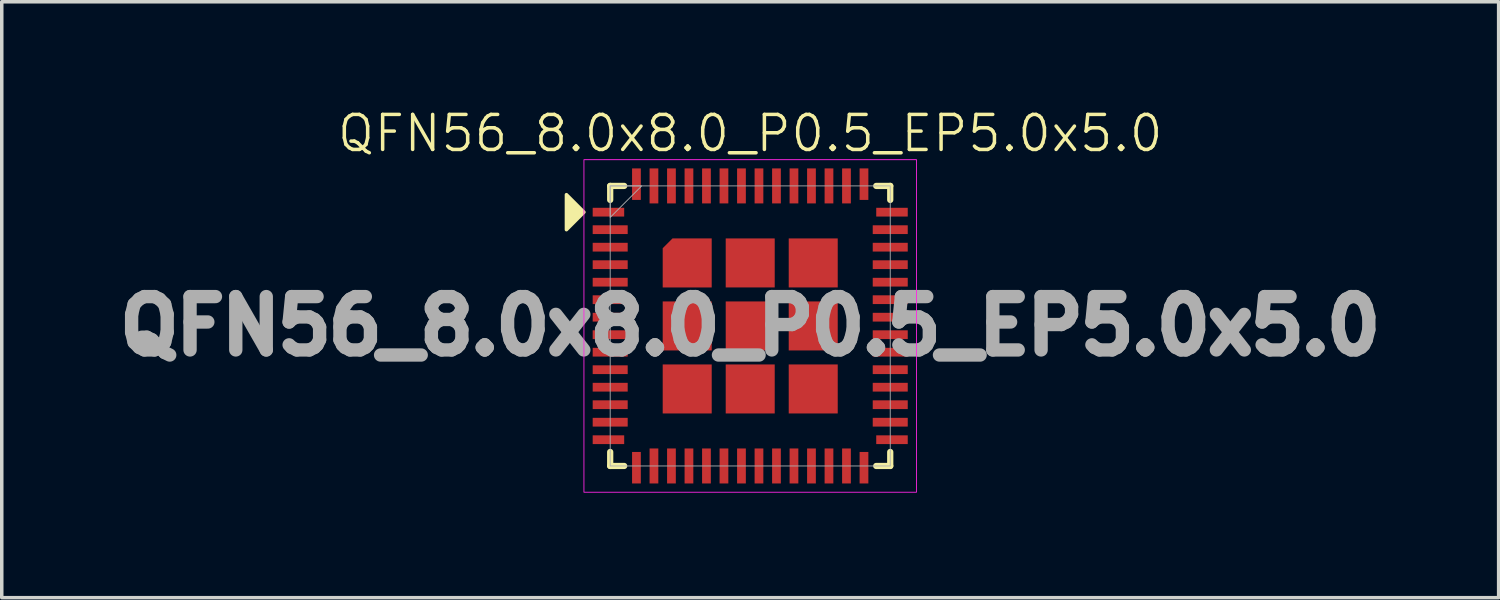
<source format=kicad_pcb>
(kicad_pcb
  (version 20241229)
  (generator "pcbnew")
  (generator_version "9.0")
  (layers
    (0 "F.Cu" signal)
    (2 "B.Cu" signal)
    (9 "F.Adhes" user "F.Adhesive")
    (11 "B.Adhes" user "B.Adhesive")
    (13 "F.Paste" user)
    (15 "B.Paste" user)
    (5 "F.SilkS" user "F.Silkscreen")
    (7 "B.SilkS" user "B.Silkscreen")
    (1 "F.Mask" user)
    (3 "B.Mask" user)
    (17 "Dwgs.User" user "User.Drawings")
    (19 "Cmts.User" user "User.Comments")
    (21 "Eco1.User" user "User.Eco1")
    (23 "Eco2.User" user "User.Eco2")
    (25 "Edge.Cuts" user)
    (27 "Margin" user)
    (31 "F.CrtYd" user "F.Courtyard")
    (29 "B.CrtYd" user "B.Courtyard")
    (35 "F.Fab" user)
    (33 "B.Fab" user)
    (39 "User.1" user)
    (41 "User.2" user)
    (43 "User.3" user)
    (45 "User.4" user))
  (footprint "QFN56_8.0x8.0_P0.5_EP5.0x5.0"
    (layer "F.Cu")
    (at 18.381 6.261)
    (property "Reference" "QFN56_8.0x8.0_P0.5_EP5.0x5.0" (at 0 -5.5 0) (unlocked yes) (layer "F.SilkS") (effects (font (size 1 1) (thickness 0.1))))
    (attr smd)
    (fp_line (start -4 -4) (end -3.6 -4) (stroke (width 0.178) (type default)) (layer "F.SilkS"))
    (fp_line (start -4 -3.6) (end -4 -4) (stroke (width 0.178) (type default)) (layer "F.SilkS"))
    (fp_line (start -4 3.6) (end -4 4) (stroke (width 0.178) (type default)) (layer "F.SilkS"))
    (fp_line (start -4 4) (end -3.6 4) (stroke (width 0.178) (type default)) (layer "F.SilkS"))
    (fp_line (start 3.6 4) (end 4 4) (stroke (width 0.178) (type default)) (layer "F.SilkS"))
    (fp_line (start 4 -4) (end 3.6 -4) (stroke (width 0.178) (type default)) (layer "F.SilkS"))
    (fp_line (start 4 -3.6) (end 4 -4) (stroke (width 0.178) (type default)) (layer "F.SilkS"))
    (fp_line (start 4 4) (end 4 3.6) (stroke (width 0.178) (type default)) (layer "F.SilkS"))
    (fp_poly (pts (xy -4.75 -3.25) (xy -5.25 -3.75) (xy -5.25 -2.75)) (stroke (width 0.1) (type solid)) (fill yes) (layer "F.SilkS"))
    (fp_rect (start -4.75 -4.75) (end 4.75 4.75) (stroke (width 0.025) (type default)) (fill no) (layer "F.CrtYd"))
    (fp_rect (start -4 -4) (end 4 4) (stroke (width 0.025) (type solid)) (fill no) (layer "F.Fab"))
    (fp_poly (pts (xy -4 -4) (xy -4 -3.1) (xy -3.1 -4)) (stroke (width 0.025) (type solid)) (fill no) (layer "F.Fab"))
    (fp_text user "${REFERENCE}" (at 0 0 0) (unlocked yes) (layer "F.Fab") (effects (font (size 1.524 1.524) (thickness 0.381) (bold yes))))
    (pad "1" smd rect (at -4.05 -3.25) (size 0.9 0.25) (layers "F.Cu" "F.Mask" "F.Paste"))
    (pad "2" smd rect (at -4 -2.75) (size 1 0.25) (layers "F.Cu" "F.Mask" "F.Paste"))
    (pad "3" smd rect (at -4 -2.25) (size 1 0.25) (layers "F.Cu" "F.Mask" "F.Paste"))
    (pad "4" smd rect (at -4 -1.75) (size 1 0.25) (layers "F.Cu" "F.Mask" "F.Paste"))
    (pad "5" smd rect (at -4 -1.25) (size 1 0.25) (layers "F.Cu" "F.Mask" "F.Paste"))
    (pad "6" smd rect (at -4 -0.75) (size 1 0.25) (layers "F.Cu" "F.Mask" "F.Paste"))
    (pad "7" smd rect (at -4 -0.25) (size 1 0.25) (layers "F.Cu" "F.Mask" "F.Paste"))
    (pad "8" smd rect (at -4 0.25) (size 1 0.25) (layers "F.Cu" "F.Mask" "F.Paste"))
    (pad "9" smd rect (at -4 0.75) (size 1 0.25) (layers "F.Cu" "F.Mask" "F.Paste"))
    (pad "10" smd rect (at -4 1.25) (size 1 0.25) (layers "F.Cu" "F.Mask" "F.Paste"))
    (pad "11" smd rect (at -4 1.75) (size 1 0.25) (layers "F.Cu" "F.Mask" "F.Paste"))
    (pad "12" smd rect (at -4 2.25) (size 1 0.25) (layers "F.Cu" "F.Mask" "F.Paste"))
    (pad "13" smd rect (at -4 2.75) (size 1 0.25) (layers "F.Cu" "F.Mask" "F.Paste"))
    (pad "14" smd rect (at -4.05 3.25) (size 0.9 0.25) (layers "F.Cu" "F.Mask" "F.Paste"))
    (pad "15" smd rect (at -3.25 4.05) (size 0.25 0.9) (layers "F.Cu" "F.Mask" "F.Paste"))
    (pad "16" smd rect (at -2.75 4) (size 0.25 1) (layers "F.Cu" "F.Mask" "F.Paste"))
    (pad "17" smd rect (at -2.25 4) (size 0.25 1) (layers "F.Cu" "F.Mask" "F.Paste"))
    (pad "18" smd rect (at -1.75 4) (size 0.25 1) (layers "F.Cu" "F.Mask" "F.Paste"))
    (pad "19" smd rect (at -1.25 4) (size 0.25 1) (layers "F.Cu" "F.Mask" "F.Paste"))
    (pad "20" smd rect (at -0.75 4) (size 0.25 1) (layers "F.Cu" "F.Mask" "F.Paste"))
    (pad "21" smd rect (at -0.25 4) (size 0.25 1) (layers "F.Cu" "F.Mask" "F.Paste"))
    (pad "22" smd rect (at 0.25 4) (size 0.25 1) (layers "F.Cu" "F.Mask" "F.Paste"))
    (pad "23" smd rect (at 0.75 4) (size 0.25 1) (layers "F.Cu" "F.Mask" "F.Paste"))
    (pad "24" smd rect (at 1.25 4) (size 0.25 1) (layers "F.Cu" "F.Mask" "F.Paste"))
    (pad "25" smd rect (at 1.75 4) (size 0.25 1) (layers "F.Cu" "F.Mask" "F.Paste"))
    (pad "26" smd rect (at 2.25 4) (size 0.25 1) (layers "F.Cu" "F.Mask" "F.Paste"))
    (pad "27" smd rect (at 2.75 4) (size 0.25 1) (layers "F.Cu" "F.Mask" "F.Paste"))
    (pad "28" smd rect (at 3.25 4.05) (size 0.25 0.9) (layers "F.Cu" "F.Mask" "F.Paste"))
    (pad "29" smd rect (at 4.05 3.25) (size 0.9 0.25) (layers "F.Cu" "F.Mask" "F.Paste"))
    (pad "30" smd rect (at 4 2.75) (size 1 0.25) (layers "F.Cu" "F.Mask" "F.Paste"))
    (pad "31" smd rect (at 4 2.25) (size 1 0.25) (layers "F.Cu" "F.Mask" "F.Paste"))
    (pad "32" smd rect (at 4 1.75) (size 1 0.25) (layers "F.Cu" "F.Mask" "F.Paste"))
    (pad "33" smd rect (at 4 1.25) (size 1 0.25) (layers "F.Cu" "F.Mask" "F.Paste"))
    (pad "34" smd rect (at 4 0.75) (size 1 0.25) (layers "F.Cu" "F.Mask" "F.Paste"))
    (pad "35" smd rect (at 4 0.25) (size 1 0.25) (layers "F.Cu" "F.Mask" "F.Paste"))
    (pad "36" smd rect (at 4 -0.25) (size 1 0.25) (layers "F.Cu" "F.Mask" "F.Paste"))
    (pad "37" smd rect (at 4 -0.75) (size 1 0.25) (layers "F.Cu" "F.Mask" "F.Paste"))
    (pad "38" smd rect (at 4 -1.25) (size 1 0.25) (layers "F.Cu" "F.Mask" "F.Paste"))
    (pad "39" smd rect (at 4 -1.75) (size 1 0.25) (layers "F.Cu" "F.Mask" "F.Paste"))
    (pad "40" smd rect (at 4 -2.25) (size 1 0.25) (layers "F.Cu" "F.Mask" "F.Paste"))
    (pad "41" smd rect (at 4 -2.75) (size 1 0.25) (layers "F.Cu" "F.Mask" "F.Paste"))
    (pad "42" smd rect (at 4.05 -3.25) (size 0.9 0.25) (layers "F.Cu" "F.Mask" "F.Paste"))
    (pad "43" smd rect (at 3.25 -4.05) (size 0.25 0.9) (layers "F.Cu" "F.Mask" "F.Paste"))
    (pad "44" smd rect (at 2.75 -4) (size 0.25 1) (layers "F.Cu" "F.Mask" "F.Paste"))
    (pad "45" smd rect (at 2.25 -4) (size 0.25 1) (layers "F.Cu" "F.Mask" "F.Paste"))
    (pad "46" smd rect (at 1.75 -4) (size 0.25 1) (layers "F.Cu" "F.Mask" "F.Paste"))
    (pad "47" smd rect (at 1.25 -4) (size 0.25 1) (layers "F.Cu" "F.Mask" "F.Paste"))
    (pad "48" smd rect (at 0.75 -4) (size 0.25 1) (layers "F.Cu" "F.Mask" "F.Paste"))
    (pad "49" smd rect (at 0.25 -4) (size 0.25 1) (layers "F.Cu" "F.Mask" "F.Paste"))
    (pad "50" smd rect (at -0.25 -4) (size 0.25 1) (layers "F.Cu" "F.Mask" "F.Paste"))
    (pad "51" smd rect (at -0.75 -4) (size 0.25 1) (layers "F.Cu" "F.Mask" "F.Paste"))
    (pad "52" smd rect (at -1.25 -4) (size 0.25 1) (layers "F.Cu" "F.Mask" "F.Paste"))
    (pad "53" smd rect (at -1.75 -4) (size 0.25 1) (layers "F.Cu" "F.Mask" "F.Paste"))
    (pad "54" smd rect (at -2.25 -4) (size 0.25 1) (layers "F.Cu" "F.Mask" "F.Paste"))
    (pad "55" smd rect (at -2.75 -4) (size 0.25 1) (layers "F.Cu" "F.Mask" "F.Paste"))
    (pad "56" smd rect (at -3.25 -4.05) (size 0.25 0.9) (layers "F.Cu" "F.Mask" "F.Paste"))
    (pad "57" smd roundrect (at -1.8 -1.8) (size 1.4 1.4) (layers "F.Cu" "F.Mask" "F.Paste") (roundrect_rratio 0) (chamfer_ratio 0.2) (chamfer top_left))
    (pad "57" smd rect (at -1.8 0) (size 1.4 1.4) (layers "F.Cu" "F.Mask" "F.Paste"))
    (pad "57" smd rect (at -1.8 1.8) (size 1.4 1.4) (layers "F.Cu" "F.Mask" "F.Paste"))
    (pad "57" smd rect (at 0 -1.8) (size 1.4 1.4) (layers "F.Cu" "F.Mask" "F.Paste"))
    (pad "57" smd rect (at 0 0) (size 1.4 1.4) (layers "F.Cu" "F.Mask" "F.Paste"))
    (pad "57" smd rect (at 0 1.8) (size 1.4 1.4) (layers "F.Cu" "F.Mask" "F.Paste"))
    (pad "57" smd rect (at 1.8 -1.8) (size 1.4 1.4) (layers "F.Cu" "F.Mask" "F.Paste"))
    (pad "57" smd rect (at 1.8 0) (size 1.4 1.4) (layers "F.Cu" "F.Mask" "F.Paste"))
    (pad "57" smd rect (at 1.8 1.8) (size 1.4 1.4) (layers "F.Cu" "F.Mask" "F.Paste")))
  (gr_rect
    (start -3 -3)
    (end 39.761 14.023)
    (stroke (width 0.1) (type default))
    (fill no)
    (layer "Edge.Cuts")))
</source>
